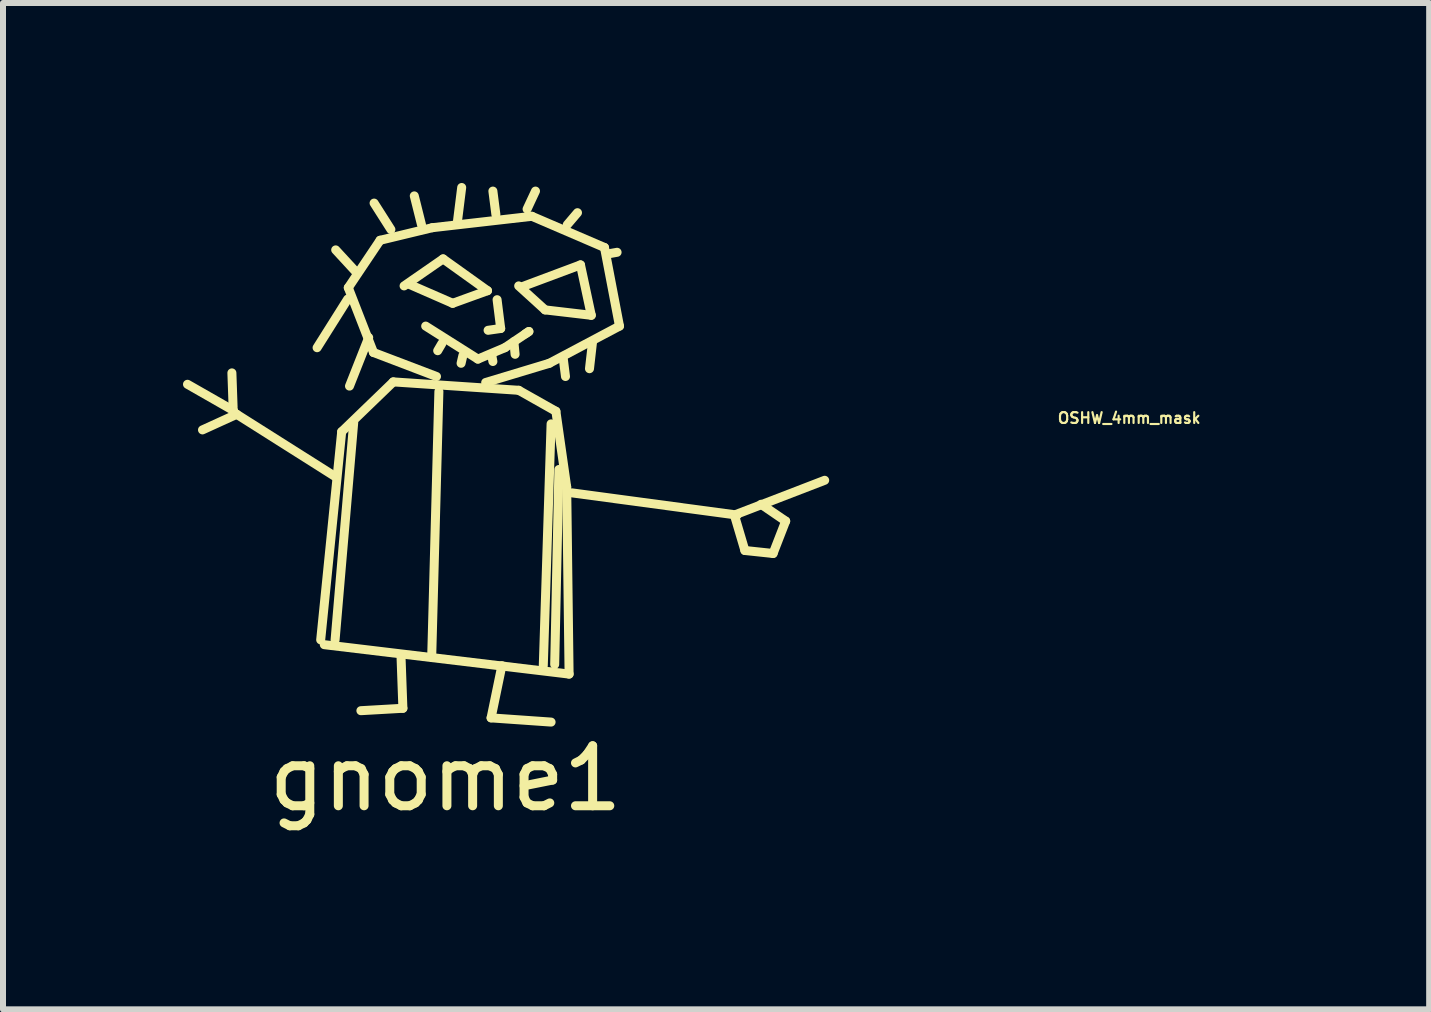
<source format=kicad_pcb>
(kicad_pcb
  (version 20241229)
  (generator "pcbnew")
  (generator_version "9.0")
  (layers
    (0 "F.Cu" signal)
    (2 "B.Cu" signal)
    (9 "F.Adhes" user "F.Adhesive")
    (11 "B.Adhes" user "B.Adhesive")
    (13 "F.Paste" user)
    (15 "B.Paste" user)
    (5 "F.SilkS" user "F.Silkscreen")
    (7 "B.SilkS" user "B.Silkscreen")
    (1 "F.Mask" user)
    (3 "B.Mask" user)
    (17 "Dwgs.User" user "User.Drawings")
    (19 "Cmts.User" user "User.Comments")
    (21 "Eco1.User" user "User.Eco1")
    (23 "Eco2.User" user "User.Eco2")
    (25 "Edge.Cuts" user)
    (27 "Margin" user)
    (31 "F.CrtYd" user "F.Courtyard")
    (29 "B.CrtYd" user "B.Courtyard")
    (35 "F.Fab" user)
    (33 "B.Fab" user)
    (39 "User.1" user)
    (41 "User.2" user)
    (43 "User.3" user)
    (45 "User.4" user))
  (footprint "OSHW_4mm_mask"
    (layer "F.Cu")
    (at 15.77 1.797)
    (property "Reference" "OSHW_4mm_mask" (at 0 2.121 0) (layer "F.SilkS") (effects (font (size 0.18 0.18) (thickness 0.036))))
    (attr through_hole)
    (fp_poly (pts (xy -1.212 1.796) (xy -1.191 1.786) (xy -1.143 1.755) (xy -1.077 1.712) (xy -0.998 1.659) (xy -0.919 1.605) (xy -0.853 1.562) (xy -0.808 1.532) (xy -0.79 1.521) (xy -0.78 1.524) (xy -0.742 1.544) (xy -0.686 1.572) (xy -0.655 1.587) (xy -0.605 1.61) (xy -0.579 1.615) (xy -0.577 1.608) (xy -0.556 1.57) (xy -0.528 1.504) (xy -0.49 1.417) (xy -0.447 1.316) (xy -0.401 1.206) (xy -0.356 1.095) (xy -0.31 0.988) (xy -0.272 0.892) (xy -0.239 0.815) (xy -0.218 0.759) (xy -0.211 0.737) (xy -0.213 0.732) (xy -0.239 0.709) (xy -0.282 0.676) (xy -0.378 0.597) (xy -0.47 0.48) (xy -0.528 0.348) (xy -0.546 0.201) (xy -0.531 0.066) (xy -0.478 -0.064) (xy -0.386 -0.183) (xy -0.274 -0.269) (xy -0.145 -0.325) (xy 0 -0.343) (xy 0.14 -0.328) (xy 0.272 -0.274) (xy 0.391 -0.185) (xy 0.439 -0.127) (xy 0.508 -0.008) (xy 0.549 0.119) (xy 0.551 0.15) (xy 0.546 0.292) (xy 0.505 0.427) (xy 0.432 0.546) (xy 0.328 0.645) (xy 0.315 0.655) (xy 0.267 0.691) (xy 0.236 0.714) (xy 0.211 0.734) (xy 0.389 1.166) (xy 0.417 1.234) (xy 0.467 1.351) (xy 0.511 1.453) (xy 0.544 1.534) (xy 0.569 1.587) (xy 0.579 1.61) (xy 0.594 1.613) (xy 0.627 1.6) (xy 0.688 1.572) (xy 0.729 1.552) (xy 0.775 1.529) (xy 0.795 1.521) (xy 0.813 1.532) (xy 0.856 1.56) (xy 0.919 1.603) (xy 0.996 1.654) (xy 1.069 1.704) (xy 1.138 1.75) (xy 1.186 1.781) (xy 1.212 1.793) (xy 1.214 1.793) (xy 1.234 1.781) (xy 1.275 1.75) (xy 1.333 1.694) (xy 1.415 1.613) (xy 1.427 1.6) (xy 1.496 1.529) (xy 1.552 1.471) (xy 1.59 1.43) (xy 1.603 1.412) (xy 1.59 1.387) (xy 1.56 1.339) (xy 1.514 1.27) (xy 1.46 1.191) (xy 1.318 0.983) (xy 1.397 0.787) (xy 1.42 0.729) (xy 1.45 0.655) (xy 1.473 0.605) (xy 1.486 0.582) (xy 1.506 0.574) (xy 1.56 0.561) (xy 1.638 0.544) (xy 1.73 0.528) (xy 1.819 0.511) (xy 1.897 0.495) (xy 1.956 0.485) (xy 1.981 0.48) (xy 1.986 0.475) (xy 1.991 0.462) (xy 1.996 0.437) (xy 1.996 0.389) (xy 1.999 0.312) (xy 1.999 0.201) (xy 1.999 0.191) (xy 1.996 0.084) (xy 1.996 0) (xy 1.994 -0.053) (xy 1.989 -0.074) (xy 1.963 -0.081) (xy 1.908 -0.091) (xy 1.829 -0.109) (xy 1.732 -0.127) (xy 1.727 -0.127) (xy 1.633 -0.145) (xy 1.554 -0.163) (xy 1.499 -0.175) (xy 1.476 -0.183) (xy 1.471 -0.188) (xy 1.45 -0.226) (xy 1.422 -0.284) (xy 1.392 -0.356) (xy 1.361 -0.429) (xy 1.333 -0.498) (xy 1.316 -0.546) (xy 1.311 -0.569) (xy 1.326 -0.592) (xy 1.359 -0.643) (xy 1.405 -0.709) (xy 1.46 -0.79) (xy 1.463 -0.798) (xy 1.519 -0.876) (xy 1.562 -0.945) (xy 1.593 -0.993) (xy 1.603 -1.013) (xy 1.603 -1.016) (xy 1.585 -1.039) (xy 1.544 -1.085) (xy 1.486 -1.146) (xy 1.415 -1.217) (xy 1.392 -1.237) (xy 1.316 -1.313) (xy 1.262 -1.364) (xy 1.227 -1.389) (xy 1.212 -1.397) (xy 1.212 -1.394) (xy 1.186 -1.382) (xy 1.135 -1.349) (xy 1.067 -1.3) (xy 0.986 -1.247) (xy 0.98 -1.242) (xy 0.902 -1.189) (xy 0.836 -1.143) (xy 0.787 -1.113) (xy 0.767 -1.1) (xy 0.762 -1.1) (xy 0.732 -1.11) (xy 0.673 -1.128) (xy 0.605 -1.156) (xy 0.531 -1.186) (xy 0.462 -1.214) (xy 0.411 -1.237) (xy 0.389 -1.25) (xy 0.389 -1.252) (xy 0.378 -1.28) (xy 0.366 -1.341) (xy 0.348 -1.422) (xy 0.33 -1.521) (xy 0.328 -1.537) (xy 0.31 -1.631) (xy 0.295 -1.709) (xy 0.282 -1.765) (xy 0.277 -1.788) (xy 0.264 -1.791) (xy 0.216 -1.793) (xy 0.145 -1.796) (xy 0.058 -1.796) (xy -0.03 -1.796) (xy -0.117 -1.793) (xy -0.193 -1.791) (xy -0.246 -1.788) (xy -0.269 -1.783) (xy -0.272 -1.781) (xy -0.279 -1.753) (xy -0.292 -1.692) (xy -0.31 -1.61) (xy -0.328 -1.511) (xy -0.33 -1.494) (xy -0.348 -1.4) (xy -0.366 -1.321) (xy -0.376 -1.267) (xy -0.384 -1.247) (xy -0.391 -1.242) (xy -0.429 -1.224) (xy -0.493 -1.199) (xy -0.574 -1.166) (xy -0.757 -1.092) (xy -0.98 -1.247) (xy -1.001 -1.26) (xy -1.082 -1.316) (xy -1.148 -1.359) (xy -1.194 -1.389) (xy -1.214 -1.4) (xy -1.237 -1.379) (xy -1.283 -1.339) (xy -1.344 -1.278) (xy -1.412 -1.209) (xy -1.466 -1.156) (xy -1.527 -1.092) (xy -1.567 -1.052) (xy -1.587 -1.024) (xy -1.595 -1.006) (xy -1.593 -0.996) (xy -1.58 -0.973) (xy -1.547 -0.925) (xy -1.501 -0.856) (xy -1.445 -0.777) (xy -1.4 -0.709) (xy -1.351 -0.635) (xy -1.321 -0.582) (xy -1.308 -0.554) (xy -1.311 -0.544) (xy -1.328 -0.5) (xy -1.354 -0.432) (xy -1.387 -0.353) (xy -1.466 -0.175) (xy -1.582 -0.155) (xy -1.654 -0.14) (xy -1.753 -0.122) (xy -1.847 -0.104) (xy -1.994 -0.074) (xy -1.999 0.465) (xy -1.976 0.475) (xy -1.953 0.483) (xy -1.9 0.493) (xy -1.821 0.508) (xy -1.73 0.526) (xy -1.651 0.541) (xy -1.572 0.556) (xy -1.516 0.566) (xy -1.491 0.572) (xy -1.483 0.582) (xy -1.463 0.62) (xy -1.435 0.681) (xy -1.405 0.754) (xy -1.374 0.828) (xy -1.346 0.899) (xy -1.326 0.953) (xy -1.318 0.98) (xy -1.328 1.001) (xy -1.359 1.046) (xy -1.402 1.113) (xy -1.455 1.191) (xy -1.511 1.27) (xy -1.554 1.339) (xy -1.587 1.387) (xy -1.6 1.407) (xy -1.593 1.422) (xy -1.562 1.46) (xy -1.504 1.521) (xy -1.415 1.61) (xy -1.4 1.623) (xy -1.331 1.692) (xy -1.27 1.745) (xy -1.229 1.783) (xy -1.212 1.796)) (stroke (width 0.003) (type solid)) (fill yes) (layer "F.Mask")))
  (footprint "gnome1"
    (layer "F.Cu")
    (at 4.375 5.925)
    (property "Reference" "gnome1" (at 0 4 0) (layer "F.SilkS") (effects (font (size 1 1) (thickness 0.15))))
    (attr through_hole)
    (fp_circle (center -0.02 1.38) (end 0.04 1.41) (stroke (width 0.15) (type solid)) (fill no) (layer "F.Mask"))
    (fp_circle (center -0.01 -0.47) (end 0.07 -0.44) (stroke (width 0.15) (type solid)) (fill no) (layer "F.Mask"))
    (fp_circle (center 0.05 -1.32) (end 0.13 -1.31) (stroke (width 0.15) (type solid)) (fill no) (layer "F.Mask"))
    (fp_circle (center 0.05 0.57) (end 0.11 0.62) (stroke (width 0.15) (type solid)) (fill no) (layer "F.Mask"))
    (fp_circle (center 0.11 -2.17) (end 0.16 -2.12) (stroke (width 0.15) (type solid)) (fill no) (layer "F.Mask"))
    (fp_circle (center 0.26 -4.19) (end 0.33 -4.16) (stroke (width 0.15) (type solid)) (fill no) (layer "F.Mask"))
    (fp_circle (center 1.73 -4.19) (end 1.82 -4.18) (stroke (width 0.15) (type solid)) (fill no) (layer "F.Mask"))
    (fp_line (start -3.54 -2.19) (end -3.56 -2.76) (stroke (width 0.15) (type solid)) (layer "F.SilkS"))
    (fp_line (start -3.53 -2.13) (end -4.3 -2.57) (stroke (width 0.15) (type solid)) (layer "F.SilkS"))
    (fp_line (start -3.48 -2.07) (end -4.05 -1.81) (stroke (width 0.15) (type solid)) (layer "F.SilkS"))
    (fp_line (start -2.08 1.69) (end -1.73 -1.78) (stroke (width 0.15) (type solid)) (layer "F.SilkS"))
    (fp_line (start -1.82 -1.02) (end -3.48 -2.07) (stroke (width 0.15) (type solid)) (layer "F.SilkS"))
    (fp_line (start -1.73 -1.78) (end -0.87 -2.61) (stroke (width 0.15) (type solid)) (layer "F.SilkS"))
    (fp_line (start -1.63 -3.99) (end -2.14 -3.18) (stroke (width 0.15) (type solid)) (layer "F.SilkS"))
    (fp_line (start -1.62 -4.18) (end -1.09 -4.97) (stroke (width 0.15) (type solid)) (layer "F.SilkS"))
    (fp_line (start -1.53 -1.93) (end -1.84 1.69) (stroke (width 0.15) (type solid)) (layer "F.SilkS"))
    (fp_line (start -1.48 -4.43) (end -1.83 -4.81) (stroke (width 0.15) (type solid)) (layer "F.SilkS"))
    (fp_line (start -1.28 -3.35) (end -1.6 -2.54) (stroke (width 0.15) (type solid)) (layer "F.SilkS"))
    (fp_line (start -1.2 -3.1) (end -1.62 -4.18) (stroke (width 0.15) (type solid)) (layer "F.SilkS"))
    (fp_line (start -1.09 -4.97) (end -0.22 -5.18) (stroke (width 0.15) (type solid)) (layer "F.SilkS"))
    (fp_line (start -0.91 -5.15) (end -1.19 -5.59) (stroke (width 0.15) (type solid)) (layer "F.SilkS"))
    (fp_line (start -0.87 -2.61) (end 1.22 -2.47) (stroke (width 0.15) (type solid)) (layer "F.SilkS"))
    (fp_line (start -0.74 2) (end -0.71 2.83) (stroke (width 0.15) (type solid)) (layer "F.SilkS"))
    (fp_line (start -0.71 2.83) (end -1.41 2.87) (stroke (width 0.15) (type solid)) (layer "F.SilkS"))
    (fp_line (start -0.69 -4.21) (end -0.04 -4.66) (stroke (width 0.15) (type solid)) (layer "F.SilkS"))
    (fp_line (start -0.4 -5.23) (end -0.52 -5.71) (stroke (width 0.15) (type solid)) (layer "F.SilkS"))
    (fp_line (start -0.33 -3.54) (end 0.54 -2.99) (stroke (width 0.15) (type solid)) (layer "F.SilkS"))
    (fp_line (start -0.22 -5.18) (end 1.44 -5.37) (stroke (width 0.15) (type solid)) (layer "F.SilkS"))
    (fp_line (start -0.15 -2.7) (end -1.2 -3.1) (stroke (width 0.15) (type solid)) (layer "F.SilkS"))
    (fp_line (start -0.11 -2.45) (end -0.23 1.98) (stroke (width 0.15) (type solid)) (layer "F.SilkS"))
    (fp_line (start -0.06 -3.25) (end -0.13 -3.13) (stroke (width 0.15) (type solid)) (layer "F.SilkS"))
    (fp_line (start -0.04 -4.66) (end 0.7 -4.13) (stroke (width 0.15) (type solid)) (layer "F.SilkS"))
    (fp_line (start 0.12 -3.92) (end -0.59 -4.23) (stroke (width 0.15) (type solid)) (layer "F.SilkS"))
    (fp_line (start 0.2 -5.29) (end 0.27 -5.85) (stroke (width 0.15) (type solid)) (layer "F.SilkS"))
    (fp_line (start 0.29 -3.05) (end 0.26 -2.92) (stroke (width 0.15) (type solid)) (layer "F.SilkS"))
    (fp_line (start 0.54 -2.99) (end 0.99 -3.18) (stroke (width 0.15) (type solid)) (layer "F.SilkS"))
    (fp_line (start 0.7 -4.13) (end 0.12 -3.92) (stroke (width 0.15) (type solid)) (layer "F.SilkS"))
    (fp_line (start 0.76 2.99) (end 1.76 3.06) (stroke (width 0.15) (type solid)) (layer "F.SilkS"))
    (fp_line (start 0.77 -3.06) (end 0.79 -2.95) (stroke (width 0.15) (type solid)) (layer "F.SilkS"))
    (fp_line (start 0.84 -5.4) (end 0.79 -5.79) (stroke (width 0.15) (type solid)) (layer "F.SilkS"))
    (fp_line (start 0.86 -3.98) (end 0.92 -3.5) (stroke (width 0.15) (type solid)) (layer "F.SilkS"))
    (fp_line (start 0.92 -3.5) (end 0.71 -3.47) (stroke (width 0.15) (type solid)) (layer "F.SilkS"))
    (fp_line (start 0.94 2.12) (end 0.76 2.99) (stroke (width 0.15) (type solid)) (layer "F.SilkS"))
    (fp_line (start 0.99 -3.18) (end 1.39 -3.45) (stroke (width 0.15) (type solid)) (layer "F.SilkS"))
    (fp_line (start 1.14 -3.28) (end 1.16 -3.07) (stroke (width 0.15) (type solid)) (layer "F.SilkS"))
    (fp_line (start 1.22 -2.47) (end 1.84 -2.12) (stroke (width 0.15) (type solid)) (layer "F.SilkS"))
    (fp_line (start 1.26 -4.19) (end 2.25 -4.56) (stroke (width 0.15) (type solid)) (layer "F.SilkS"))
    (fp_line (start 1.36 -5.49) (end 1.5 -5.79) (stroke (width 0.15) (type solid)) (layer "F.SilkS"))
    (fp_line (start 1.39 -3.45) (end 1.33 -3.41) (stroke (width 0.15) (type solid)) (layer "F.SilkS"))
    (fp_line (start 1.44 -5.37) (end 2.65 -4.85) (stroke (width 0.15) (type solid)) (layer "F.SilkS"))
    (fp_line (start 1.66 -3.81) (end 1.22 -4.21) (stroke (width 0.15) (type solid)) (layer "F.SilkS"))
    (fp_line (start 1.73 -2.92) (end 0.67 -2.6) (stroke (width 0.15) (type solid)) (layer "F.SilkS"))
    (fp_line (start 1.76 -1.91) (end 1.63 2.12) (stroke (width 0.15) (type solid)) (layer "F.SilkS"))
    (fp_line (start 1.84 -2.12) (end 2.02 -0.86) (stroke (width 0.15) (type solid)) (layer "F.SilkS"))
    (fp_line (start 1.89 -1.15) (end 1.82 2.1) (stroke (width 0.15) (type solid)) (layer "F.SilkS"))
    (fp_line (start 1.96 -3.02) (end 2 -2.7) (stroke (width 0.15) (type solid)) (layer "F.SilkS"))
    (fp_line (start 2.02 -0.86) (end 2.06 2.26) (stroke (width 0.15) (type solid)) (layer "F.SilkS"))
    (fp_line (start 2.03 -5.23) (end 2.2 -5.43) (stroke (width 0.15) (type solid)) (layer "F.SilkS"))
    (fp_line (start 2.06 2.26) (end -2.02 1.77) (stroke (width 0.15) (type solid)) (layer "F.SilkS"))
    (fp_line (start 2.11 -0.76) (end 4.86 -0.39) (stroke (width 0.15) (type solid)) (layer "F.SilkS"))
    (fp_line (start 2.25 -4.56) (end 2.43 -3.72) (stroke (width 0.15) (type solid)) (layer "F.SilkS"))
    (fp_line (start 2.43 -3.72) (end 1.66 -3.81) (stroke (width 0.15) (type solid)) (layer "F.SilkS"))
    (fp_line (start 2.45 -3.27) (end 2.4 -2.83) (stroke (width 0.15) (type solid)) (layer "F.SilkS"))
    (fp_line (start 2.65 -4.85) (end 2.9 -3.54) (stroke (width 0.15) (type solid)) (layer "F.SilkS"))
    (fp_line (start 2.69 -4.74) (end 2.86 -4.77) (stroke (width 0.15) (type solid)) (layer "F.SilkS"))
    (fp_line (start 2.9 -3.54) (end 1.73 -2.92) (stroke (width 0.15) (type solid)) (layer "F.SilkS"))
    (fp_line (start 4.84 -0.4) (end 6.32 -0.97) (stroke (width 0.15) (type solid)) (layer "F.SilkS"))
    (fp_line (start 4.99 0.2) (end 4.83 -0.34) (stroke (width 0.15) (type solid)) (layer "F.SilkS"))
    (fp_line (start 5.26 -0.57) (end 5.67 -0.29) (stroke (width 0.15) (type solid)) (layer "F.SilkS"))
    (fp_line (start 5.46 0.25) (end 4.99 0.2) (stroke (width 0.15) (type solid)) (layer "F.SilkS"))
    (fp_line (start 5.67 -0.29) (end 5.46 0.25) (stroke (width 0.15) (type solid)) (layer "F.SilkS")))
  (gr_rect
    (start -3 -3)
    (end 20.77 13.773)
    (stroke (width 0.1) (type default))
    (fill no)
    (layer "Edge.Cuts")))
</source>
